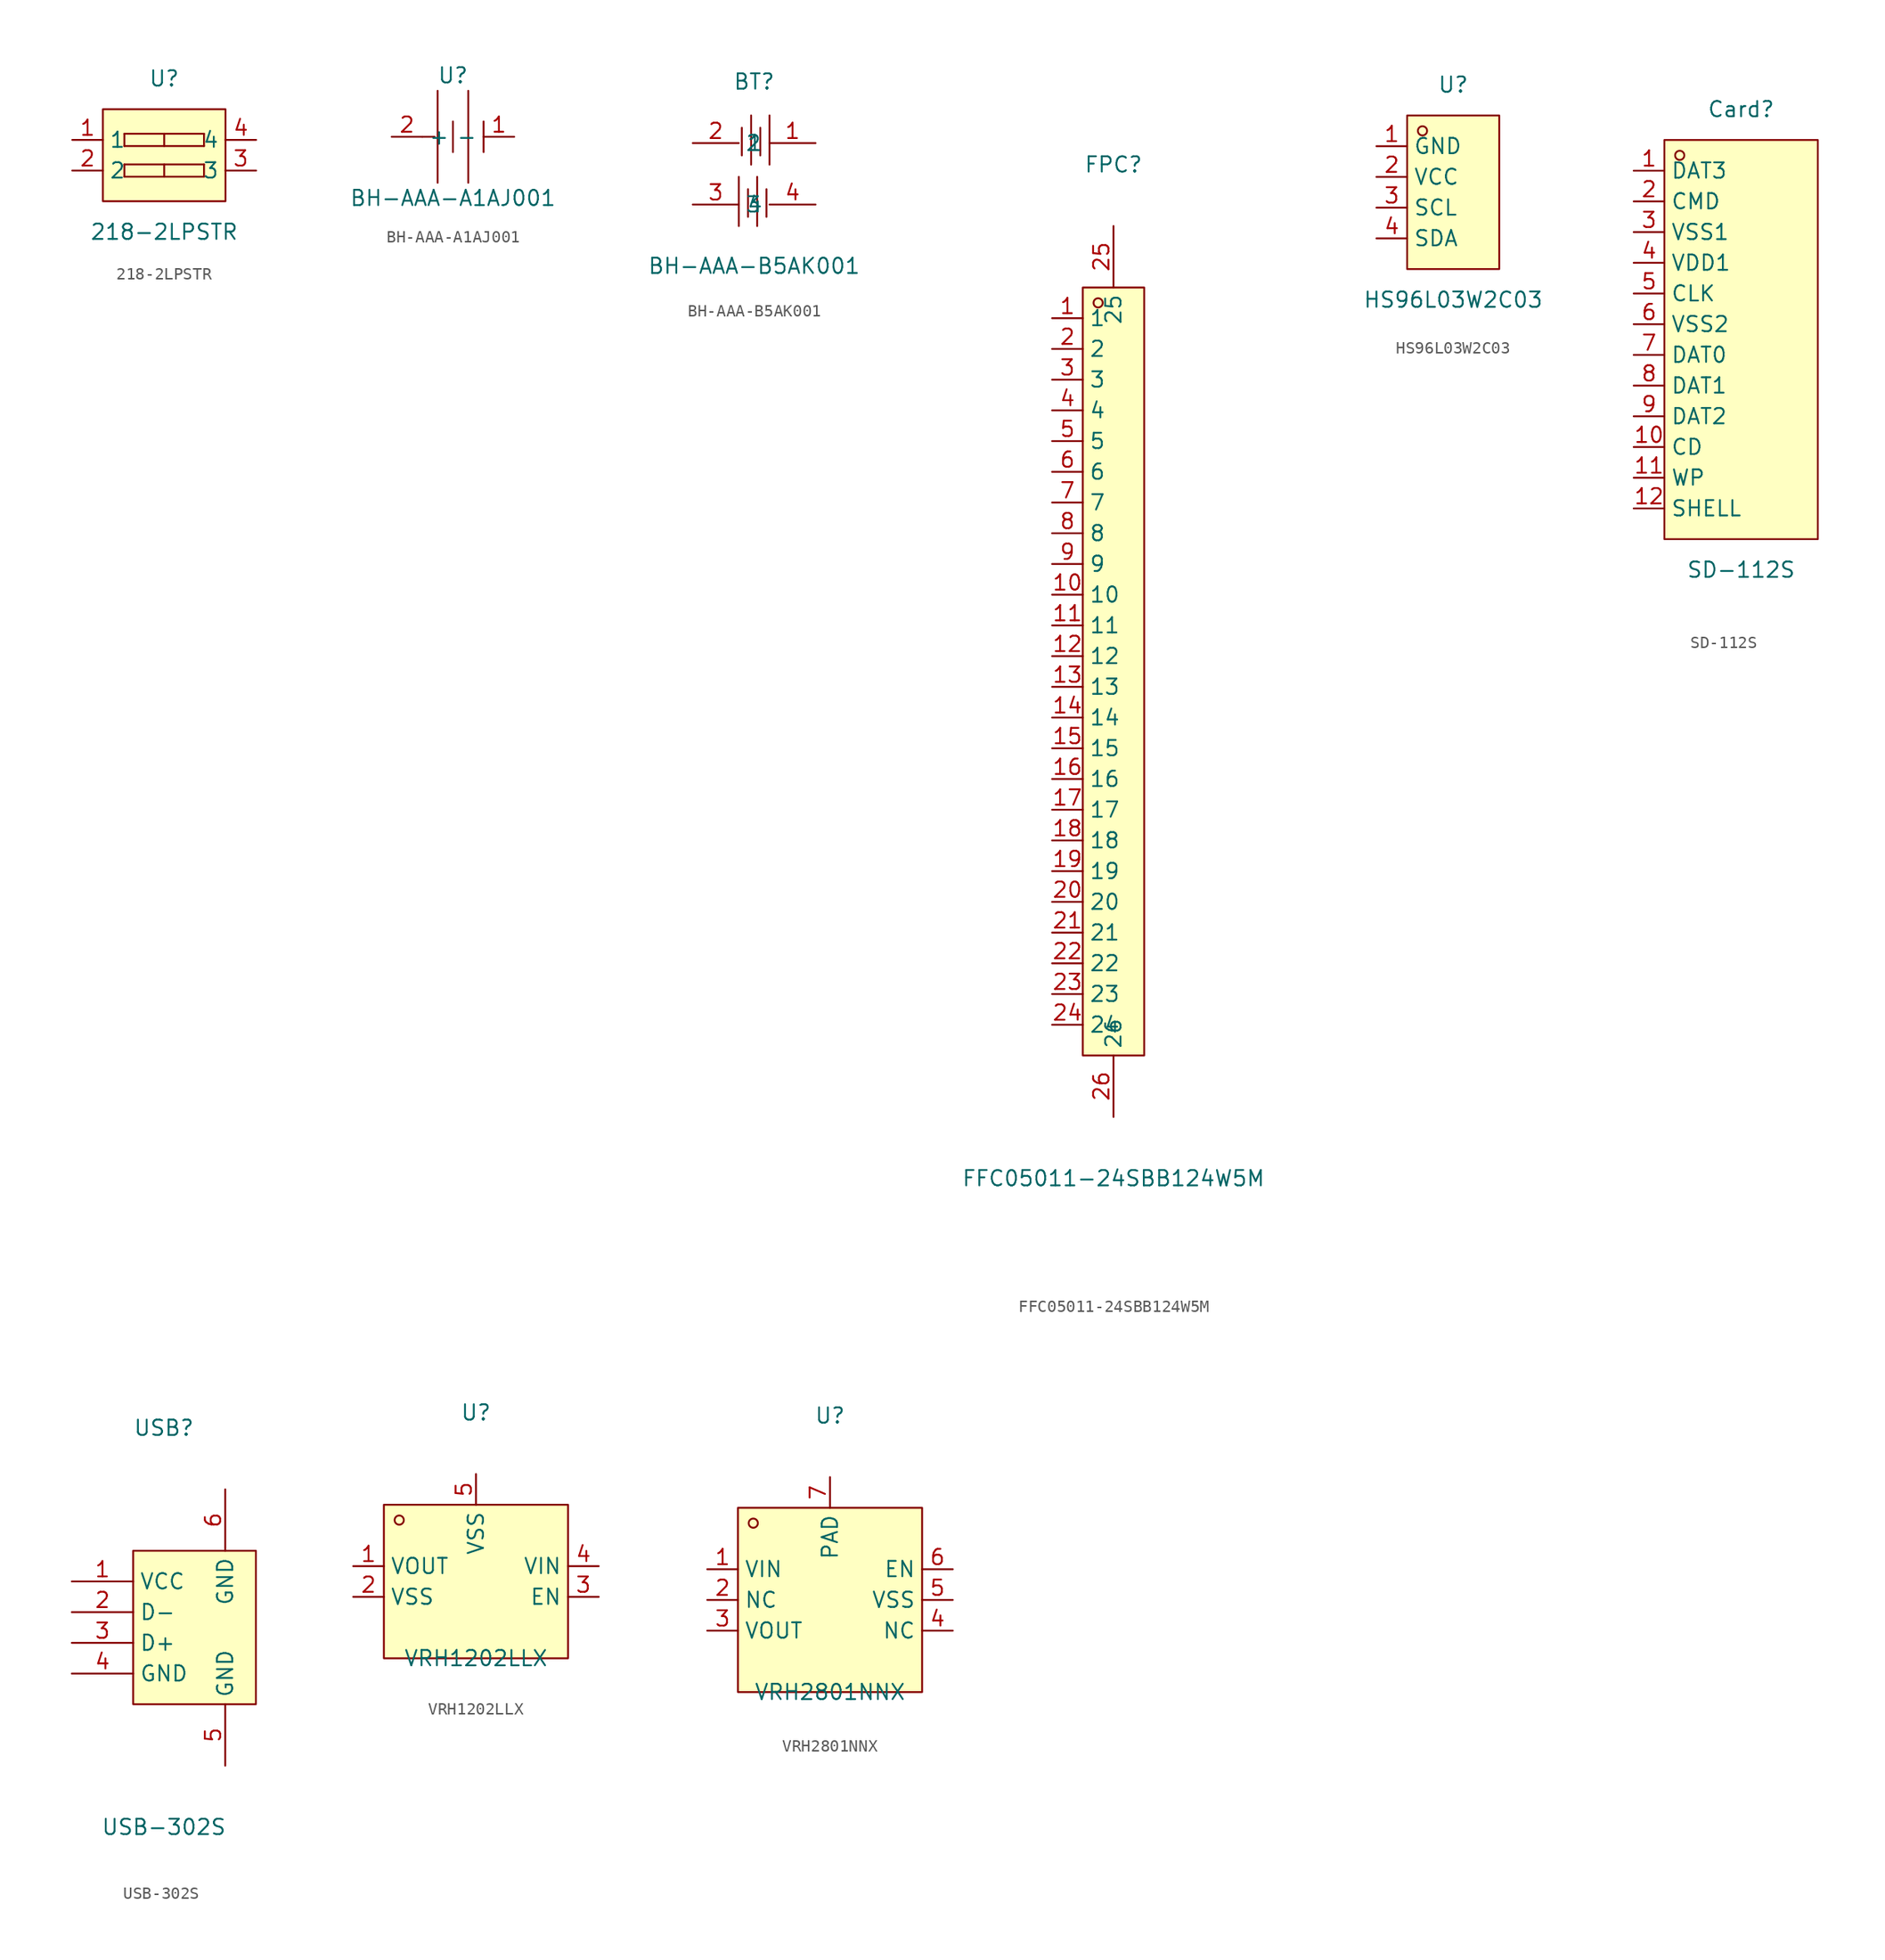
<source format=kicad_sym>
(kicad_symbol_lib
  (version 20211014)
  (generator https://github.com/uPesy/easyeda2kicad.py)
  (symbol "218-2LPSTR"
    (property "Reference" "U"
      (at 0 7.62 0)
      (effects (font (size 1.27 1.27))))
    (property "Value" "218-2LPSTR"
      (at 0 -5.08 0)
      (effects (font (size 1.27 1.27))))
    (symbol "218-2LPSTR_0_1"
      (rectangle (start -5.08 5.08) (end 5.08 -2.54) (stroke (width 0) (type default) (color 0 0 0 0)) (fill (type background)))
      (polyline (pts (xy 0.00 0.51) (xy 0.00 -0.51)) (stroke (width 0) (type default) (color 0 0 0 0)) (fill (type none)))
      (polyline (pts (xy -3.30 -0.51) (xy -3.30 0.51)) (stroke (width 0) (type default) (color 0 0 0 0)) (fill (type none)))
      (polyline (pts (xy 3.30 -0.51) (xy -3.30 -0.51)) (stroke (width 0) (type default) (color 0 0 0 0)) (fill (type none)))
      (polyline (pts (xy 3.30 0.51) (xy 3.30 -0.51)) (stroke (width 0) (type default) (color 0 0 0 0)) (fill (type none)))
      (polyline (pts (xy -3.30 0.51) (xy 3.30 0.51)) (stroke (width 0) (type default) (color 0 0 0 0)) (fill (type none)))
      (polyline (pts (xy 0.00 3.05) (xy 0.00 2.03)) (stroke (width 0) (type default) (color 0 0 0 0)) (fill (type none)))
      (polyline (pts (xy -3.30 2.03) (xy -3.30 3.05)) (stroke (width 0) (type default) (color 0 0 0 0)) (fill (type none)))
      (polyline (pts (xy 3.30 2.03) (xy -3.30 2.03)) (stroke (width 0) (type default) (color 0 0 0 0)) (fill (type none)))
      (polyline (pts (xy 3.30 3.05) (xy 3.30 2.03)) (stroke (width 0) (type default) (color 0 0 0 0)) (fill (type none)))
      (polyline (pts (xy -3.30 3.05) (xy 3.30 3.05)) (stroke (width 0) (type default) (color 0 0 0 0)) (fill (type none)))
      (pin input line (at 7.62 2.54 180) (length 2.54) (name "4" (effects (font (size 1.27 1.27)))) (number "4" (effects (font (size 1.27 1.27)))))
      (pin input line (at 7.62 -0.00 180) (length 2.54) (name "3" (effects (font (size 1.27 1.27)))) (number "3" (effects (font (size 1.27 1.27)))))
      (pin input line (at -7.62 -0.00 0) (length 2.54) (name "2" (effects (font (size 1.27 1.27)))) (number "2" (effects (font (size 1.27 1.27)))))
      (pin input line (at -7.62 2.54 0) (length 2.54) (name "1" (effects (font (size 1.27 1.27)))) (number "1" (effects (font (size 1.27 1.27)))))))
  (symbol "BH-AAA-A1AJ001"
    (property "Reference" "U"
      (at 0 5.08 0)
      (effects (font (size 1.27 1.27))))
    (property "Value" "BH-AAA-A1AJ001"
      (at 0 -5.08 0)
      (effects (font (size 1.27 1.27))))
    (symbol "BH-AAA-A1AJ001_0_1"
      (polyline (pts (xy -2.54 -0.00) (xy -1.52 -0.00)) (stroke (width 0) (type default) (color 0 0 0 0)) (fill (type none)))
      (polyline (pts (xy 2.54 1.27) (xy 2.54 -1.27)) (stroke (width 0) (type default) (color 0 0 0 0)) (fill (type none)))
      (polyline (pts (xy 1.27 3.81) (xy 1.27 -3.81)) (stroke (width 0) (type default) (color 0 0 0 0)) (fill (type none)))
      (polyline (pts (xy 0.00 1.27) (xy 0.00 -1.27)) (stroke (width 0) (type default) (color 0 0 0 0)) (fill (type none)))
      (polyline (pts (xy -1.27 3.81) (xy -1.27 -3.81)) (stroke (width 0) (type default) (color 0 0 0 0)) (fill (type none)))
      (pin power_in line (at -5.08 -0.00 0) (length 2.54) (name "+" (effects (font (size 1.27 1.27)))) (number "2" (effects (font (size 1.27 1.27)))))
      (pin power_in line (at 5.08 -0.00 180) (length 2.54) (name "-" (effects (font (size 1.27 1.27)))) (number "1" (effects (font (size 1.27 1.27)))))))
  (symbol "BH-AAA-B5AK001"
    (property "Reference" "BT"
      (at 0 7.62 0)
      (effects (font (size 1.27 1.27))))
    (property "Value" "BH-AAA-B5AK001"
      (at 0 -7.62 0)
      (effects (font (size 1.27 1.27))))
    (symbol "BH-AAA-B5AK001_0_1"
      (polyline (pts (xy 1.02 -1.27) (xy 1.02 -3.56)) (stroke (width 0) (type default) (color 0 0 0 0)) (fill (type none)))
      (polyline (pts (xy 0.25 -0.25) (xy 0.25 -4.32)) (stroke (width 0) (type default) (color 0 0 0 0)) (fill (type none)))
      (polyline (pts (xy -0.51 -1.27) (xy -0.51 -3.56)) (stroke (width 0) (type default) (color 0 0 0 0)) (fill (type none)))
      (polyline (pts (xy -1.27 -0.25) (xy -1.27 -4.32)) (stroke (width 0) (type default) (color 0 0 0 0)) (fill (type none)))
      (polyline (pts (xy -1.02 3.81) (xy -1.02 1.52)) (stroke (width 0) (type default) (color 0 0 0 0)) (fill (type none)))
      (polyline (pts (xy -0.25 4.83) (xy -0.25 0.76)) (stroke (width 0) (type default) (color 0 0 0 0)) (fill (type none)))
      (polyline (pts (xy 0.51 3.81) (xy 0.51 1.52)) (stroke (width 0) (type default) (color 0 0 0 0)) (fill (type none)))
      (polyline (pts (xy 1.27 4.83) (xy 1.27 0.76)) (stroke (width 0) (type default) (color 0 0 0 0)) (fill (type none)))
      (pin input line (at 5.08 -2.54 180) (length 3.81) (name "4" (effects (font (size 1.27 1.27)))) (number "4" (effects (font (size 1.27 1.27)))))
      (pin input line (at -5.08 -2.54 0) (length 3.81) (name "3" (effects (font (size 1.27 1.27)))) (number "3" (effects (font (size 1.27 1.27)))))
      (pin input line (at -5.08 2.54 0) (length 3.81) (name "2" (effects (font (size 1.27 1.27)))) (number "2" (effects (font (size 1.27 1.27)))))
      (pin input line (at 5.08 2.54 180) (length 3.81) (name "1" (effects (font (size 1.27 1.27)))) (number "1" (effects (font (size 1.27 1.27)))))))
  (symbol "FFC05011-24SBB124W5M"
    (property "Reference" "FPC"
      (at 0 41.91 0)
      (effects (font (size 1.27 1.27))))
    (property "Value" "FFC05011-24SBB124W5M"
      (at 0 -41.91 0)
      (effects (font (size 1.27 1.27))))
    (symbol "FFC05011-24SBB124W5M_0_1"
      (rectangle (start -2.54 31.75) (end 2.54 -31.75) (stroke (width 0) (type default) (color 0 0 0 0)) (fill (type background)))
      (circle (center -1.27 30.48) (radius 0.38) (stroke (width 0) (type default) (color 0 0 0 0)) (fill (type none)))
      (pin unspecified line (at -5.08 29.21 0) (length 2.54) (name "1" (effects (font (size 1.27 1.27)))) (number "1" (effects (font (size 1.27 1.27)))))
      (pin unspecified line (at -5.08 26.67 0) (length 2.54) (name "2" (effects (font (size 1.27 1.27)))) (number "2" (effects (font (size 1.27 1.27)))))
      (pin unspecified line (at -5.08 24.13 0) (length 2.54) (name "3" (effects (font (size 1.27 1.27)))) (number "3" (effects (font (size 1.27 1.27)))))
      (pin unspecified line (at -5.08 21.59 0) (length 2.54) (name "4" (effects (font (size 1.27 1.27)))) (number "4" (effects (font (size 1.27 1.27)))))
      (pin unspecified line (at -5.08 19.05 0) (length 2.54) (name "5" (effects (font (size 1.27 1.27)))) (number "5" (effects (font (size 1.27 1.27)))))
      (pin unspecified line (at -5.08 16.51 0) (length 2.54) (name "6" (effects (font (size 1.27 1.27)))) (number "6" (effects (font (size 1.27 1.27)))))
      (pin unspecified line (at -5.08 13.97 0) (length 2.54) (name "7" (effects (font (size 1.27 1.27)))) (number "7" (effects (font (size 1.27 1.27)))))
      (pin unspecified line (at -5.08 11.43 0) (length 2.54) (name "8" (effects (font (size 1.27 1.27)))) (number "8" (effects (font (size 1.27 1.27)))))
      (pin unspecified line (at -5.08 8.89 0) (length 2.54) (name "9" (effects (font (size 1.27 1.27)))) (number "9" (effects (font (size 1.27 1.27)))))
      (pin unspecified line (at -5.08 6.35 0) (length 2.54) (name "10" (effects (font (size 1.27 1.27)))) (number "10" (effects (font (size 1.27 1.27)))))
      (pin unspecified line (at -5.08 3.81 0) (length 2.54) (name "11" (effects (font (size 1.27 1.27)))) (number "11" (effects (font (size 1.27 1.27)))))
      (pin unspecified line (at -5.08 1.27 0) (length 2.54) (name "12" (effects (font (size 1.27 1.27)))) (number "12" (effects (font (size 1.27 1.27)))))
      (pin unspecified line (at -5.08 -1.27 0) (length 2.54) (name "13" (effects (font (size 1.27 1.27)))) (number "13" (effects (font (size 1.27 1.27)))))
      (pin unspecified line (at -5.08 -3.81 0) (length 2.54) (name "14" (effects (font (size 1.27 1.27)))) (number "14" (effects (font (size 1.27 1.27)))))
      (pin unspecified line (at -5.08 -6.35 0) (length 2.54) (name "15" (effects (font (size 1.27 1.27)))) (number "15" (effects (font (size 1.27 1.27)))))
      (pin unspecified line (at -5.08 -8.89 0) (length 2.54) (name "16" (effects (font (size 1.27 1.27)))) (number "16" (effects (font (size 1.27 1.27)))))
      (pin unspecified line (at -5.08 -11.43 0) (length 2.54) (name "17" (effects (font (size 1.27 1.27)))) (number "17" (effects (font (size 1.27 1.27)))))
      (pin unspecified line (at -5.08 -13.97 0) (length 2.54) (name "18" (effects (font (size 1.27 1.27)))) (number "18" (effects (font (size 1.27 1.27)))))
      (pin unspecified line (at -5.08 -16.51 0) (length 2.54) (name "19" (effects (font (size 1.27 1.27)))) (number "19" (effects (font (size 1.27 1.27)))))
      (pin unspecified line (at -5.08 -19.05 0) (length 2.54) (name "20" (effects (font (size 1.27 1.27)))) (number "20" (effects (font (size 1.27 1.27)))))
      (pin unspecified line (at -5.08 -21.59 0) (length 2.54) (name "21" (effects (font (size 1.27 1.27)))) (number "21" (effects (font (size 1.27 1.27)))))
      (pin unspecified line (at -5.08 -24.13 0) (length 2.54) (name "22" (effects (font (size 1.27 1.27)))) (number "22" (effects (font (size 1.27 1.27)))))
      (pin unspecified line (at -5.08 -26.67 0) (length 2.54) (name "23" (effects (font (size 1.27 1.27)))) (number "23" (effects (font (size 1.27 1.27)))))
      (pin unspecified line (at -5.08 -29.21 0) (length 2.54) (name "24" (effects (font (size 1.27 1.27)))) (number "24" (effects (font (size 1.27 1.27)))))
      (pin unspecified line (at 0.00 36.83 270) (length 5.08) (name "25" (effects (font (size 1.27 1.27)))) (number "25" (effects (font (size 1.27 1.27)))))
      (pin unspecified line (at 0.00 -36.83 90) (length 5.08) (name "26" (effects (font (size 1.27 1.27)))) (number "26" (effects (font (size 1.27 1.27)))))))
  (symbol "HS96L03W2C03"
    (property "Reference" "U"
      (at 0 8.89 0)
      (effects (font (size 1.27 1.27))))
    (property "Value" "HS96L03W2C03"
      (at 0 -8.89 0)
      (effects (font (size 1.27 1.27))))
    (symbol "HS96L03W2C03_0_1"
      (rectangle (start -3.81 6.35) (end 3.81 -6.35) (stroke (width 0) (type default) (color 0 0 0 0)) (fill (type background)))
      (circle (center -2.54 5.08) (radius 0.38) (stroke (width 0) (type default) (color 0 0 0 0)) (fill (type none)))
      (pin unspecified line (at -6.35 3.81 0) (length 2.54) (name "GND" (effects (font (size 1.27 1.27)))) (number "1" (effects (font (size 1.27 1.27)))))
      (pin unspecified line (at -6.35 1.27 0) (length 2.54) (name "VCC" (effects (font (size 1.27 1.27)))) (number "2" (effects (font (size 1.27 1.27)))))
      (pin unspecified line (at -6.35 -1.27 0) (length 2.54) (name "SCL" (effects (font (size 1.27 1.27)))) (number "3" (effects (font (size 1.27 1.27)))))
      (pin unspecified line (at -6.35 -3.81 0) (length 2.54) (name "SDA" (effects (font (size 1.27 1.27)))) (number "4" (effects (font (size 1.27 1.27)))))))
  (symbol "SD-112S"
    (property "Reference" "Card"
      (at 0 19.05 0)
      (effects (font (size 1.27 1.27))))
    (property "Value" "SD-112S"
      (at 0 -19.05 0)
      (effects (font (size 1.27 1.27))))
    (symbol "SD-112S_0_1"
      (rectangle (start -6.35 16.51) (end 6.35 -16.51) (stroke (width 0) (type default) (color 0 0 0 0)) (fill (type background)))
      (circle (center -5.08 15.24) (radius 0.38) (stroke (width 0) (type default) (color 0 0 0 0)) (fill (type none)))
      (pin unspecified line (at -8.89 13.97 0) (length 2.54) (name "DAT3" (effects (font (size 1.27 1.27)))) (number "1" (effects (font (size 1.27 1.27)))))
      (pin unspecified line (at -8.89 11.43 0) (length 2.54) (name "CMD" (effects (font (size 1.27 1.27)))) (number "2" (effects (font (size 1.27 1.27)))))
      (pin unspecified line (at -8.89 8.89 0) (length 2.54) (name "VSS1" (effects (font (size 1.27 1.27)))) (number "3" (effects (font (size 1.27 1.27)))))
      (pin unspecified line (at -8.89 6.35 0) (length 2.54) (name "VDD1" (effects (font (size 1.27 1.27)))) (number "4" (effects (font (size 1.27 1.27)))))
      (pin unspecified line (at -8.89 3.81 0) (length 2.54) (name "CLK" (effects (font (size 1.27 1.27)))) (number "5" (effects (font (size 1.27 1.27)))))
      (pin unspecified line (at -8.89 1.27 0) (length 2.54) (name "VSS2" (effects (font (size 1.27 1.27)))) (number "6" (effects (font (size 1.27 1.27)))))
      (pin unspecified line (at -8.89 -1.27 0) (length 2.54) (name "DAT0" (effects (font (size 1.27 1.27)))) (number "7" (effects (font (size 1.27 1.27)))))
      (pin unspecified line (at -8.89 -3.81 0) (length 2.54) (name "DAT1" (effects (font (size 1.27 1.27)))) (number "8" (effects (font (size 1.27 1.27)))))
      (pin unspecified line (at -8.89 -6.35 0) (length 2.54) (name "DAT2" (effects (font (size 1.27 1.27)))) (number "9" (effects (font (size 1.27 1.27)))))
      (pin unspecified line (at -8.89 -8.89 0) (length 2.54) (name "CD" (effects (font (size 1.27 1.27)))) (number "10" (effects (font (size 1.27 1.27)))))
      (pin unspecified line (at -8.89 -11.43 0) (length 2.54) (name "WP" (effects (font (size 1.27 1.27)))) (number "11" (effects (font (size 1.27 1.27)))))
      (pin unspecified line (at -8.89 -13.97 0) (length 2.54) (name "SHELL" (effects (font (size 1.27 1.27)))) (number "12" (effects (font (size 1.27 1.27)))))))
  (symbol "USB-302S"
    (property "Reference" "USB"
      (at 0 16.51 0)
      (effects (font (size 1.27 1.27))))
    (property "Value" "USB-302S"
      (at 0 -16.51 0)
      (effects (font (size 1.27 1.27))))
    (symbol "USB-302S_0_1"
      (rectangle (start -2.54 6.35) (end 7.62 -6.35) (stroke (width 0) (type default) (color 0 0 0 0)) (fill (type background)))
      (pin unspecified line (at -7.62 3.81 0) (length 5.08) (name "VCC" (effects (font (size 1.27 1.27)))) (number "1" (effects (font (size 1.27 1.27)))))
      (pin unspecified line (at -7.62 1.27 0) (length 5.08) (name "D-" (effects (font (size 1.27 1.27)))) (number "2" (effects (font (size 1.27 1.27)))))
      (pin unspecified line (at -7.62 -1.27 0) (length 5.08) (name "D+" (effects (font (size 1.27 1.27)))) (number "3" (effects (font (size 1.27 1.27)))))
      (pin unspecified line (at -7.62 -3.81 0) (length 5.08) (name "GND" (effects (font (size 1.27 1.27)))) (number "4" (effects (font (size 1.27 1.27)))))
      (pin unspecified line (at 5.08 -11.43 90) (length 5.08) (name "GND" (effects (font (size 1.27 1.27)))) (number "5" (effects (font (size 1.27 1.27)))))
      (pin unspecified line (at 5.08 11.43 270) (length 5.08) (name "GND" (effects (font (size 1.27 1.27)))) (number "6" (effects (font (size 1.27 1.27)))))))
  (symbol "VRH1202LLX"
    (property "Reference" "U"
      (at 0 13.97 0)
      (effects (font (size 1.27 1.27))))
    (property "Value" "VRH1202LLX"
      (at 0 -6.35 0)
      (effects (font (size 1.27 1.27))))
    (symbol "VRH1202LLX_0_1"
      (rectangle (start -7.62 6.35) (end 7.62 -6.35) (stroke (width 0) (type default) (color 0 0 0 0)) (fill (type background)))
      (circle (center -6.35 5.08) (radius 0.38) (stroke (width 0) (type default) (color 0 0 0 0)) (fill (type none)))
      (pin unspecified line (at -10.16 1.27 0) (length 2.54) (name "VOUT" (effects (font (size 1.27 1.27)))) (number "1" (effects (font (size 1.27 1.27)))))
      (pin unspecified line (at -10.16 -1.27 0) (length 2.54) (name "VSS" (effects (font (size 1.27 1.27)))) (number "2" (effects (font (size 1.27 1.27)))))
      (pin unspecified line (at 10.16 -1.27 180) (length 2.54) (name "EN" (effects (font (size 1.27 1.27)))) (number "3" (effects (font (size 1.27 1.27)))))
      (pin unspecified line (at 10.16 1.27 180) (length 2.54) (name "VIN" (effects (font (size 1.27 1.27)))) (number "4" (effects (font (size 1.27 1.27)))))
      (pin unspecified line (at 0.00 8.89 270) (length 2.54) (name "VSS" (effects (font (size 1.27 1.27)))) (number "5" (effects (font (size 1.27 1.27)))))))
  (symbol "VRH2801NNX"
    (property "Reference" "U"
      (at 0 15.24 0)
      (effects (font (size 1.27 1.27))))
    (property "Value" "VRH2801NNX"
      (at 0 -7.62 0)
      (effects (font (size 1.27 1.27))))
    (symbol "VRH2801NNX_0_1"
      (rectangle (start -7.62 7.62) (end 7.62 -7.62) (stroke (width 0) (type default) (color 0 0 0 0)) (fill (type background)))
      (circle (center -6.35 6.35) (radius 0.38) (stroke (width 0) (type default) (color 0 0 0 0)) (fill (type none)))
      (pin unspecified line (at -10.16 2.54 0) (length 2.54) (name "VIN" (effects (font (size 1.27 1.27)))) (number "1" (effects (font (size 1.27 1.27)))))
      (pin unspecified line (at -10.16 -0.00 0) (length 2.54) (name "NC" (effects (font (size 1.27 1.27)))) (number "2" (effects (font (size 1.27 1.27)))))
      (pin unspecified line (at -10.16 -2.54 0) (length 2.54) (name "VOUT" (effects (font (size 1.27 1.27)))) (number "3" (effects (font (size 1.27 1.27)))))
      (pin unspecified line (at 10.16 -2.54 180) (length 2.54) (name "NC" (effects (font (size 1.27 1.27)))) (number "4" (effects (font (size 1.27 1.27)))))
      (pin unspecified line (at 10.16 -0.00 180) (length 2.54) (name "VSS" (effects (font (size 1.27 1.27)))) (number "5" (effects (font (size 1.27 1.27)))))
      (pin unspecified line (at 10.16 2.54 180) (length 2.54) (name "EN" (effects (font (size 1.27 1.27)))) (number "6" (effects (font (size 1.27 1.27)))))
      (pin unspecified line (at 0.00 10.16 270) (length 2.54) (name "PAD" (effects (font (size 1.27 1.27)))) (number "7" (effects (font (size 1.27 1.27))))))))
</source>
